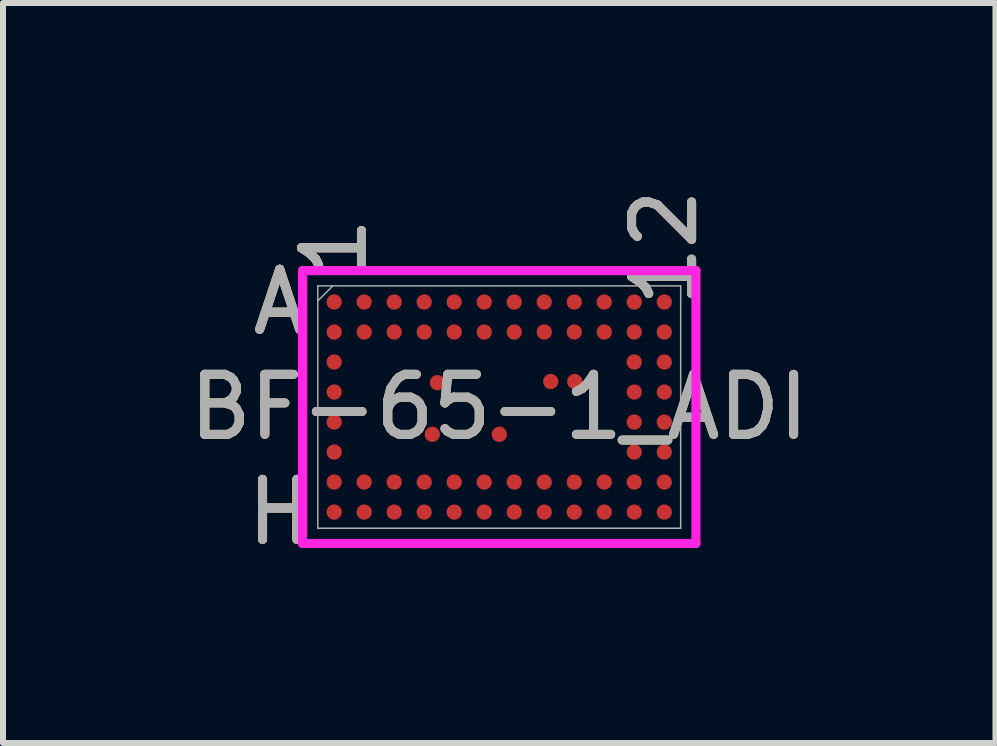
<source format=kicad_pcb>
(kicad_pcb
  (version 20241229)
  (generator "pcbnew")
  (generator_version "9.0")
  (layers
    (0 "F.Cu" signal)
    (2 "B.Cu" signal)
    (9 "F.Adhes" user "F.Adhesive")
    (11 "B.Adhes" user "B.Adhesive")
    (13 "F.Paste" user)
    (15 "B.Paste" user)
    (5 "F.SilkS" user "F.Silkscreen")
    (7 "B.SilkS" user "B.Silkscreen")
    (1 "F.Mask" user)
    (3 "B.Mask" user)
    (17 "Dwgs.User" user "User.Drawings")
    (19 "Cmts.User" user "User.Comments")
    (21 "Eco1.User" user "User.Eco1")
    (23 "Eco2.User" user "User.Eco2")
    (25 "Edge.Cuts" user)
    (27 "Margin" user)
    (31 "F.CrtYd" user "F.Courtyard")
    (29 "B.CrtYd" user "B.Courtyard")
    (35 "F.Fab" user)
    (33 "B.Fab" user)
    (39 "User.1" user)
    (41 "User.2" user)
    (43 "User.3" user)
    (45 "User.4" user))
  (footprint "BF-65-1_ADI"
    (layer "F.Cu")
    (at 5.268 3.732)
    (property "Reference" "BF-65-1_ADI" (at 0 0 0) (unlocked yes) (layer "F.SilkS") (effects (font (size 1 1) (thickness 0.15))))
    (attr smd)
    (fp_poly (pts (xy -3.445 -2.445) (xy 3.445 -2.445) (xy 3.445 2.445) (xy -3.445 2.445)) (stroke (width 0.1) (type solid)) (fill no) (layer "Eco2.User"))
    (fp_line (start -3.277 -2.273) (end 3.277 -2.273) (stroke (width 0.152) (type solid)) (layer "F.CrtYd"))
    (fp_line (start -3.277 2.273) (end -3.277 -2.273) (stroke (width 0.152) (type solid)) (layer "F.CrtYd"))
    (fp_line (start 3.277 -2.273) (end 3.277 2.273) (stroke (width 0.152) (type solid)) (layer "F.CrtYd"))
    (fp_line (start 3.277 2.273) (end -3.277 2.273) (stroke (width 0.152) (type solid)) (layer "F.CrtYd"))
    (fp_line (start -3.023 -2.019) (end -3.023 2.019) (stroke (width 0.025) (type solid)) (layer "F.Fab"))
    (fp_line (start -3.023 2.019) (end 3.023 2.019) (stroke (width 0.025) (type solid)) (layer "F.Fab"))
    (fp_line (start -2.773 -2.019) (end -3.023 -1.769) (stroke (width 0.025) (type solid)) (layer "F.Fab"))
    (fp_line (start 3.023 -2.019) (end -3.023 -2.019) (stroke (width 0.025) (type solid)) (layer "F.Fab"))
    (fp_line (start 3.023 2.019) (end 3.023 -2.019) (stroke (width 0.025) (type solid)) (layer "F.Fab"))
    (fp_text user "H" (at -3.658 1.75 0) (unlocked yes) (layer "F.SilkS") (effects (font (size 1 1) (thickness 0.15))))
    (fp_text user "1" (at -2.75 -2.654 90) (unlocked yes) (layer "F.SilkS") (effects (font (size 1 1) (thickness 0.15))))
    (fp_text user "A" (at -3.658 -1.75 0) (unlocked yes) (layer "F.SilkS") (effects (font (size 1 1) (thickness 0.15))))
    (fp_text user "12" (at 2.75 -2.654 90) (unlocked yes) (layer "F.SilkS") (effects (font (size 1 1) (thickness 0.15))))
    (fp_text user "H" (at -3.658 1.75 0) (unlocked yes) (layer "B.SilkS") (effects (font (size 1 1) (thickness 0.15))))
    (fp_text user "12" (at 2.75 -2.654 90) (unlocked yes) (layer "B.SilkS") (effects (font (size 1 1) (thickness 0.15))))
    (fp_text user "A" (at -3.658 -1.75 0) (unlocked yes) (layer "B.SilkS") (effects (font (size 1 1) (thickness 0.15))))
    (fp_text user "1" (at -2.75 -2.654 90) (unlocked yes) (layer "B.SilkS") (effects (font (size 1 1) (thickness 0.15))))
    (fp_text user "A" (at -3.658 -1.75 0) (unlocked yes) (layer "F.Fab") (effects (font (size 1 1) (thickness 0.15))))
    (fp_text user "${REFERENCE}" (at 0 0 0) (unlocked yes) (layer "F.Fab") (effects (font (size 1 1) (thickness 0.15))))
    (fp_text user "H" (at -3.658 1.75 0) (unlocked yes) (layer "F.Fab") (effects (font (size 1 1) (thickness 0.15))))
    (fp_text user "1" (at -2.75 -2.654 90) (unlocked yes) (layer "F.Fab") (effects (font (size 1 1) (thickness 0.15))))
    (fp_text user "12" (at 2.75 -2.654 90) (unlocked yes) (layer "F.Fab") (effects (font (size 1 1) (thickness 0.15))))
    (pad "A1" smd circle (at -2.75 -1.75) (size 0.254 0.254) (layers "F.Cu" "F.Mask" "F.Paste"))
    (pad "A2" smd circle (at -2.25 -1.75) (size 0.254 0.254) (layers "F.Cu" "F.Mask" "F.Paste"))
    (pad "A3" smd circle (at -1.75 -1.75) (size 0.254 0.254) (layers "F.Cu" "F.Mask" "F.Paste"))
    (pad "A4" smd circle (at -1.25 -1.75) (size 0.254 0.254) (layers "F.Cu" "F.Mask" "F.Paste"))
    (pad "A5" smd circle (at -0.75 -1.75) (size 0.254 0.254) (layers "F.Cu" "F.Mask" "F.Paste"))
    (pad "A6" smd circle (at -0.25 -1.75) (size 0.254 0.254) (layers "F.Cu" "F.Mask" "F.Paste"))
    (pad "A7" smd circle (at 0.25 -1.75) (size 0.254 0.254) (layers "F.Cu" "F.Mask" "F.Paste"))
    (pad "A8" smd circle (at 0.75 -1.75) (size 0.254 0.254) (layers "F.Cu" "F.Mask" "F.Paste"))
    (pad "A9" smd circle (at 1.25 -1.75) (size 0.254 0.254) (layers "F.Cu" "F.Mask" "F.Paste"))
    (pad "A10" smd circle (at 1.75 -1.75) (size 0.254 0.254) (layers "F.Cu" "F.Mask" "F.Paste"))
    (pad "A11" smd circle (at 2.25 -1.75) (size 0.254 0.254) (layers "F.Cu" "F.Mask" "F.Paste"))
    (pad "A12" smd circle (at 2.75 -1.75) (size 0.254 0.254) (layers "F.Cu" "F.Mask" "F.Paste"))
    (pad "B1" smd circle (at -2.75 -1.25) (size 0.254 0.254) (layers "F.Cu" "F.Mask" "F.Paste"))
    (pad "B2" smd circle (at -2.25 -1.25) (size 0.254 0.254) (layers "F.Cu" "F.Mask" "F.Paste"))
    (pad "B3" smd circle (at -1.75 -1.25) (size 0.254 0.254) (layers "F.Cu" "F.Mask" "F.Paste"))
    (pad "B4" smd circle (at -1.25 -1.25) (size 0.254 0.254) (layers "F.Cu" "F.Mask" "F.Paste"))
    (pad "B5" smd circle (at -0.75 -1.25) (size 0.254 0.254) (layers "F.Cu" "F.Mask" "F.Paste"))
    (pad "B6" smd circle (at -0.25 -1.25) (size 0.254 0.254) (layers "F.Cu" "F.Mask" "F.Paste"))
    (pad "B7" smd circle (at 0.25 -1.25) (size 0.254 0.254) (layers "F.Cu" "F.Mask" "F.Paste"))
    (pad "B8" smd circle (at 0.75 -1.25) (size 0.254 0.254) (layers "F.Cu" "F.Mask" "F.Paste"))
    (pad "B9" smd circle (at 1.25 -1.25) (size 0.254 0.254) (layers "F.Cu" "F.Mask" "F.Paste"))
    (pad "B10" smd circle (at 1.75 -1.25) (size 0.254 0.254) (layers "F.Cu" "F.Mask" "F.Paste"))
    (pad "B11" smd circle (at 2.25 -1.25) (size 0.254 0.254) (layers "F.Cu" "F.Mask" "F.Paste"))
    (pad "B12" smd circle (at 2.75 -1.25) (size 0.254 0.254) (layers "F.Cu" "F.Mask" "F.Paste"))
    (pad "C1" smd circle (at -2.75 -0.75) (size 0.254 0.254) (layers "F.Cu" "F.Mask" "F.Paste"))
    (pad "C11" smd circle (at 2.25 -0.75) (size 0.254 0.254) (layers "F.Cu" "F.Mask" "F.Paste"))
    (pad "C12" smd circle (at 2.75 -0.75) (size 0.254 0.254) (layers "F.Cu" "F.Mask" "F.Paste"))
    (pad "D1" smd circle (at -2.75 -0.25) (size 0.254 0.254) (layers "F.Cu" "F.Mask" "F.Paste"))
    (pad "D4" smd circle (at -1.03 -0.406) (size 0.254 0.254) (layers "F.Cu" "F.Mask" "F.Paste"))
    (pad "D8" smd circle (at 0.858 -0.425) (size 0.254 0.254) (layers "F.Cu" "F.Mask" "F.Paste"))
    (pad "D9" smd circle (at 1.258 -0.425) (size 0.254 0.254) (layers "F.Cu" "F.Mask" "F.Paste"))
    (pad "D11" smd circle (at 2.25 -0.25) (size 0.254 0.254) (layers "F.Cu" "F.Mask" "F.Paste"))
    (pad "D12" smd circle (at 2.75 -0.25) (size 0.254 0.254) (layers "F.Cu" "F.Mask" "F.Paste"))
    (pad "E1" smd circle (at -2.75 0.25) (size 0.254 0.254) (layers "F.Cu" "F.Mask" "F.Paste"))
    (pad "E4" smd circle (at -1.115 0.455) (size 0.254 0.254) (layers "F.Cu" "F.Mask" "F.Paste"))
    (pad "E6" smd circle (at 0.001 0.455) (size 0.254 0.254) (layers "F.Cu" "F.Mask" "F.Paste"))
    (pad "E11" smd circle (at 2.25 0.25) (size 0.254 0.254) (layers "F.Cu" "F.Mask" "F.Paste"))
    (pad "E12" smd circle (at 2.75 0.25) (size 0.254 0.254) (layers "F.Cu" "F.Mask" "F.Paste"))
    (pad "F1" smd circle (at -2.75 0.75) (size 0.254 0.254) (layers "F.Cu" "F.Mask" "F.Paste"))
    (pad "F11" smd circle (at 2.25 0.75) (size 0.254 0.254) (layers "F.Cu" "F.Mask" "F.Paste"))
    (pad "F12" smd circle (at 2.75 0.75) (size 0.254 0.254) (layers "F.Cu" "F.Mask" "F.Paste"))
    (pad "G1" smd circle (at -2.75 1.25) (size 0.254 0.254) (layers "F.Cu" "F.Mask" "F.Paste"))
    (pad "G2" smd circle (at -2.25 1.25) (size 0.254 0.254) (layers "F.Cu" "F.Mask" "F.Paste"))
    (pad "G3" smd circle (at -1.75 1.25) (size 0.254 0.254) (layers "F.Cu" "F.Mask" "F.Paste"))
    (pad "G4" smd circle (at -1.25 1.25) (size 0.254 0.254) (layers "F.Cu" "F.Mask" "F.Paste"))
    (pad "G5" smd circle (at -0.75 1.25) (size 0.254 0.254) (layers "F.Cu" "F.Mask" "F.Paste"))
    (pad "G6" smd circle (at -0.25 1.25) (size 0.254 0.254) (layers "F.Cu" "F.Mask" "F.Paste"))
    (pad "G7" smd circle (at 0.25 1.25) (size 0.254 0.254) (layers "F.Cu" "F.Mask" "F.Paste"))
    (pad "G8" smd circle (at 0.75 1.25) (size 0.254 0.254) (layers "F.Cu" "F.Mask" "F.Paste"))
    (pad "G9" smd circle (at 1.25 1.25) (size 0.254 0.254) (layers "F.Cu" "F.Mask" "F.Paste"))
    (pad "G10" smd circle (at 1.75 1.25) (size 0.254 0.254) (layers "F.Cu" "F.Mask" "F.Paste"))
    (pad "G11" smd circle (at 2.25 1.25) (size 0.254 0.254) (layers "F.Cu" "F.Mask" "F.Paste"))
    (pad "G12" smd circle (at 2.75 1.25) (size 0.254 0.254) (layers "F.Cu" "F.Mask" "F.Paste"))
    (pad "H1" smd circle (at -2.75 1.75) (size 0.254 0.254) (layers "F.Cu" "F.Mask" "F.Paste"))
    (pad "H2" smd circle (at -2.25 1.75) (size 0.254 0.254) (layers "F.Cu" "F.Mask" "F.Paste"))
    (pad "H3" smd circle (at -1.75 1.75) (size 0.254 0.254) (layers "F.Cu" "F.Mask" "F.Paste"))
    (pad "H4" smd circle (at -1.25 1.75) (size 0.254 0.254) (layers "F.Cu" "F.Mask" "F.Paste"))
    (pad "H5" smd circle (at -0.75 1.75) (size 0.254 0.254) (layers "F.Cu" "F.Mask" "F.Paste"))
    (pad "H6" smd circle (at -0.25 1.75) (size 0.254 0.254) (layers "F.Cu" "F.Mask" "F.Paste"))
    (pad "H7" smd circle (at 0.25 1.75) (size 0.254 0.254) (layers "F.Cu" "F.Mask" "F.Paste"))
    (pad "H8" smd circle (at 0.75 1.75) (size 0.254 0.254) (layers "F.Cu" "F.Mask" "F.Paste"))
    (pad "H9" smd circle (at 1.25 1.75) (size 0.254 0.254) (layers "F.Cu" "F.Mask" "F.Paste"))
    (pad "H10" smd circle (at 1.75 1.75) (size 0.254 0.254) (layers "F.Cu" "F.Mask" "F.Paste"))
    (pad "H11" smd circle (at 2.25 1.75) (size 0.254 0.254) (layers "F.Cu" "F.Mask" "F.Paste"))
    (pad "H12" smd circle (at 2.75 1.75) (size 0.254 0.254) (layers "F.Cu" "F.Mask" "F.Paste")))
  (gr_rect
    (start -3 -3)
    (end 13.536 9.33)
    (stroke (width 0.1) (type default))
    (fill no)
    (layer "Edge.Cuts")))
</source>
